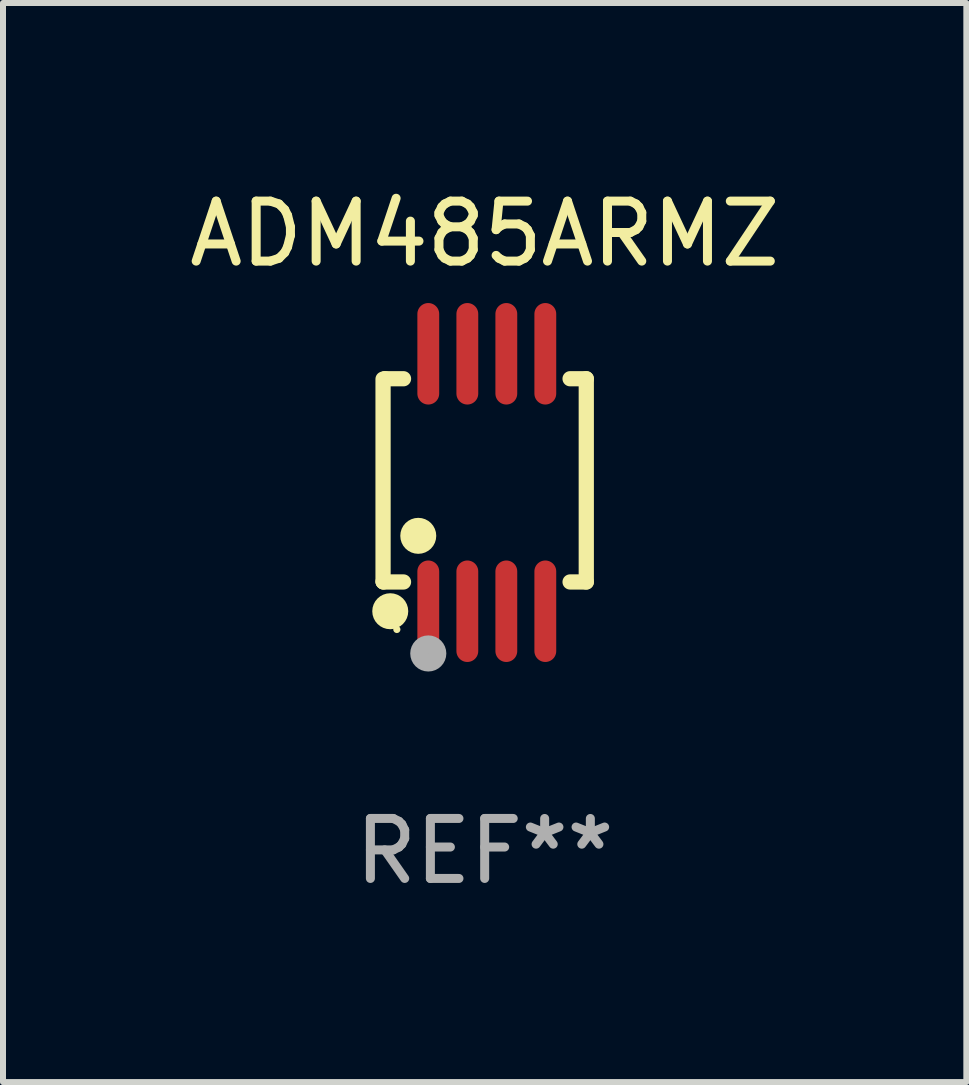
<source format=kicad_pcb>
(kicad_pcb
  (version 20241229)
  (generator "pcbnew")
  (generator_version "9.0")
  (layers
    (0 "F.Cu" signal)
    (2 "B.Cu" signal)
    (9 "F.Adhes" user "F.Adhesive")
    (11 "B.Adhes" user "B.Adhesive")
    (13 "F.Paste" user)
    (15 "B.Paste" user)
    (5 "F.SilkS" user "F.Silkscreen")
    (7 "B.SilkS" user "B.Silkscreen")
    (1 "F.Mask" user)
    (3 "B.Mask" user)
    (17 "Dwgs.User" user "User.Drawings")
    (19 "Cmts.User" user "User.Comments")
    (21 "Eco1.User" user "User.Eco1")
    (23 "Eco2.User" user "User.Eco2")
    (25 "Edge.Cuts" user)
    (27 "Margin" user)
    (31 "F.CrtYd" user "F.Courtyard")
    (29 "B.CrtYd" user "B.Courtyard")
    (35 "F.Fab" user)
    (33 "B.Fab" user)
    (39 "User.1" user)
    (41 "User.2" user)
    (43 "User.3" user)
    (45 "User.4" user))
  (footprint "ADM485ARMZ"
    (layer "F.Cu")
    (at 5.03 4.994)
    (property "Reference" "ADM485ARMZ" (at 0 -4.146 0) (layer "F.SilkS") (effects (font (size 1 1) (thickness 0.15))))
    (attr through_hole)
    (fp_line (start -1.694 -1.724) (end -1.694 1.652) (stroke (width 0.254) (type solid)) (layer "F.SilkS"))
    (fp_line (start -1.694 1.652) (end -1.688 1.658) (stroke (width 0.254) (type solid)) (layer "F.SilkS"))
    (fp_line (start -1.688 1.658) (end -1.353 1.658) (stroke (width 0.254) (type solid)) (layer "F.SilkS"))
    (fp_line (start -1.661 -1.73) (end -1.681 -1.71) (stroke (width 0.254) (type solid)) (layer "F.SilkS"))
    (fp_line (start -1.353 -1.73) (end -1.661 -1.73) (stroke (width 0.254) (type solid)) (layer "F.SilkS"))
    (fp_line (start 1.424 1.658) (end 1.694 1.658) (stroke (width 0.254) (type solid)) (layer "F.SilkS"))
    (fp_line (start 1.694 -1.73) (end 1.424 -1.73) (stroke (width 0.254) (type solid)) (layer "F.SilkS"))
    (fp_line (start 1.694 1.658) (end 1.694 -1.73) (stroke (width 0.254) (type solid)) (layer "F.SilkS"))
    (fp_circle (center -1.574 2.146) (end -1.424 2.146) (stroke (width 0.3) (type solid)) (fill no) (layer "F.SilkS"))
    (fp_circle (center -1.464 2.45) (end -1.434 2.45) (stroke (width 0.06) (type solid)) (fill no) (layer "F.SilkS"))
    (fp_circle (center -1.107 0.889) (end -0.957 0.889) (stroke (width 0.3) (type solid)) (fill no) (layer "F.SilkS"))
    (fp_circle (center -0.94 2.85) (end -0.789 2.85) (stroke (width 0.3) (type solid)) (fill no) (layer "F.Fab"))
    (fp_text user "REF**" (at 0 6.146 0) (layer "F.Fab") (effects (font (size 1 1) (thickness 0.15))))
    (pad "1" smd oval (at -0.94 2.146) (size 0.364 1.692) (layers "F.Cu" "F.Mask" "F.Paste"))
    (pad "2" smd oval (at -0.289 2.146) (size 0.364 1.692) (layers "F.Cu" "F.Mask" "F.Paste"))
    (pad "3" smd oval (at 0.361 2.146) (size 0.364 1.692) (layers "F.Cu" "F.Mask" "F.Paste"))
    (pad "4" smd oval (at 1.011 2.146) (size 0.364 1.692) (layers "F.Cu" "F.Mask" "F.Paste"))
    (pad "5" smd oval (at 1.011 -2.146) (size 0.364 1.692) (layers "F.Cu" "F.Mask" "F.Paste"))
    (pad "6" smd oval (at 0.361 -2.146) (size 0.364 1.692) (layers "F.Cu" "F.Mask" "F.Paste"))
    (pad "7" smd oval (at -0.289 -2.146) (size 0.364 1.692) (layers "F.Cu" "F.Mask" "F.Paste"))
    (pad "8" smd oval (at -0.94 -2.146) (size 0.364 1.692) (layers "F.Cu" "F.Mask" "F.Paste")))
  (gr_rect
    (start -3 -3)
    (end 13.06 14.989)
    (stroke (width 0.1) (type default))
    (fill no)
    (layer "Edge.Cuts")))
</source>
